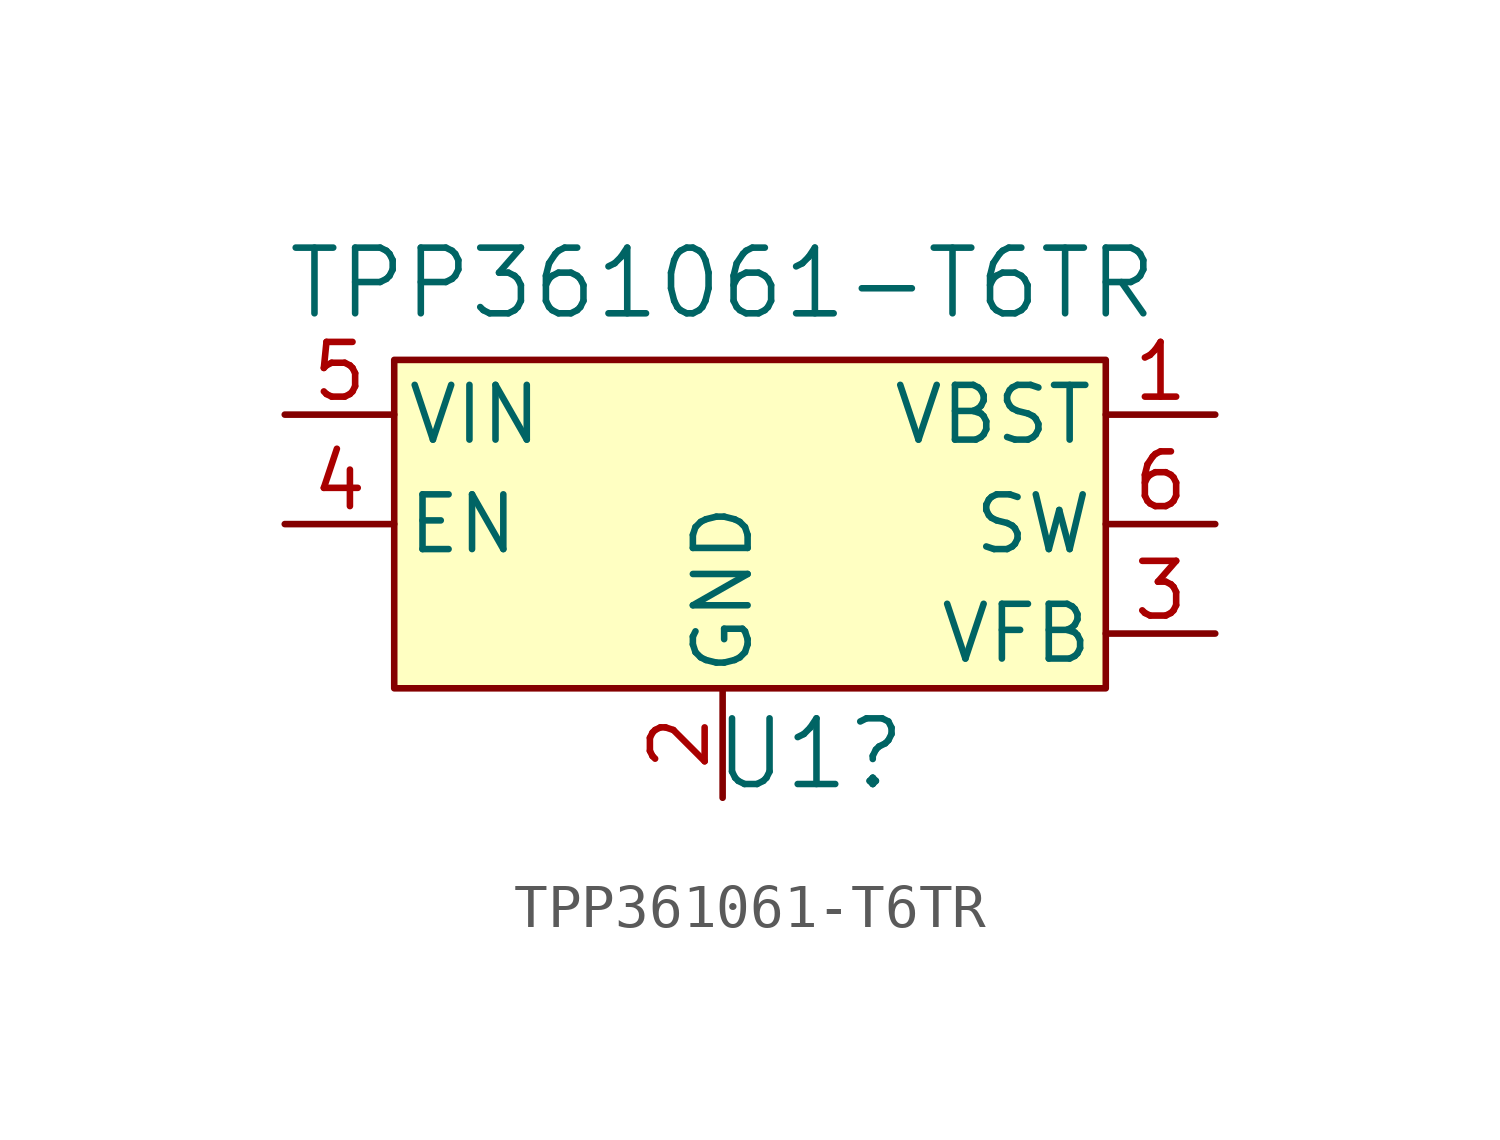
<source format=kicad_sym>
(kicad_symbol_lib
  (version 20231120)
  (generator "kicad_symbol_editor")
  (generator_version "8.0")
  (symbol "TPP361061-T6TR"
    (pin_names
      (offset 0.254))
    (property "Reference" "U1"
      (at -3.048 -2.794 0)
      (effects (font (size 1.524 1.524))))
    (property "Value" "TPP361061-T6TR"
      (at -5.08 8.128 0)
      (effects (font (size 1.524 1.524))))
    (symbol "TPP361061-T6TR_1_1"
      (rectangle (start -12.7 6.35) (end 3.81 -1.27) (stroke (width 0) (type default)) (fill (type background)))
      (pin output line (at 6.35 5.08 180) (length 2.54) (name "VBST" (effects (font (size 1.27 1.27)))) (number "1" (effects (font (size 1.27 1.27)))))
      (pin passive line (at -5.08 -3.81 90) (length 2.54) (name "GND" (effects (font (size 1.27 1.27)))) (number "2" (effects (font (size 1.27 1.27)))))
      (pin output line (at 6.35 0 180) (length 2.54) (name "VFB" (effects (font (size 1.27 1.27)))) (number "3" (effects (font (size 1.27 1.27)))))
      (pin input line (at -15.24 2.54 0) (length 2.54) (name "EN" (effects (font (size 1.27 1.27)))) (number "4" (effects (font (size 1.27 1.27)))))
      (pin power_in line (at -15.24 5.08 0) (length 2.54) (name "VIN" (effects (font (size 1.27 1.27)))) (number "5" (effects (font (size 1.27 1.27)))))
      (pin output line (at 6.35 2.54 180) (length 2.54) (name "SW" (effects (font (size 1.27 1.27)))) (number "6" (effects (font (size 1.27 1.27))))))))
</source>
